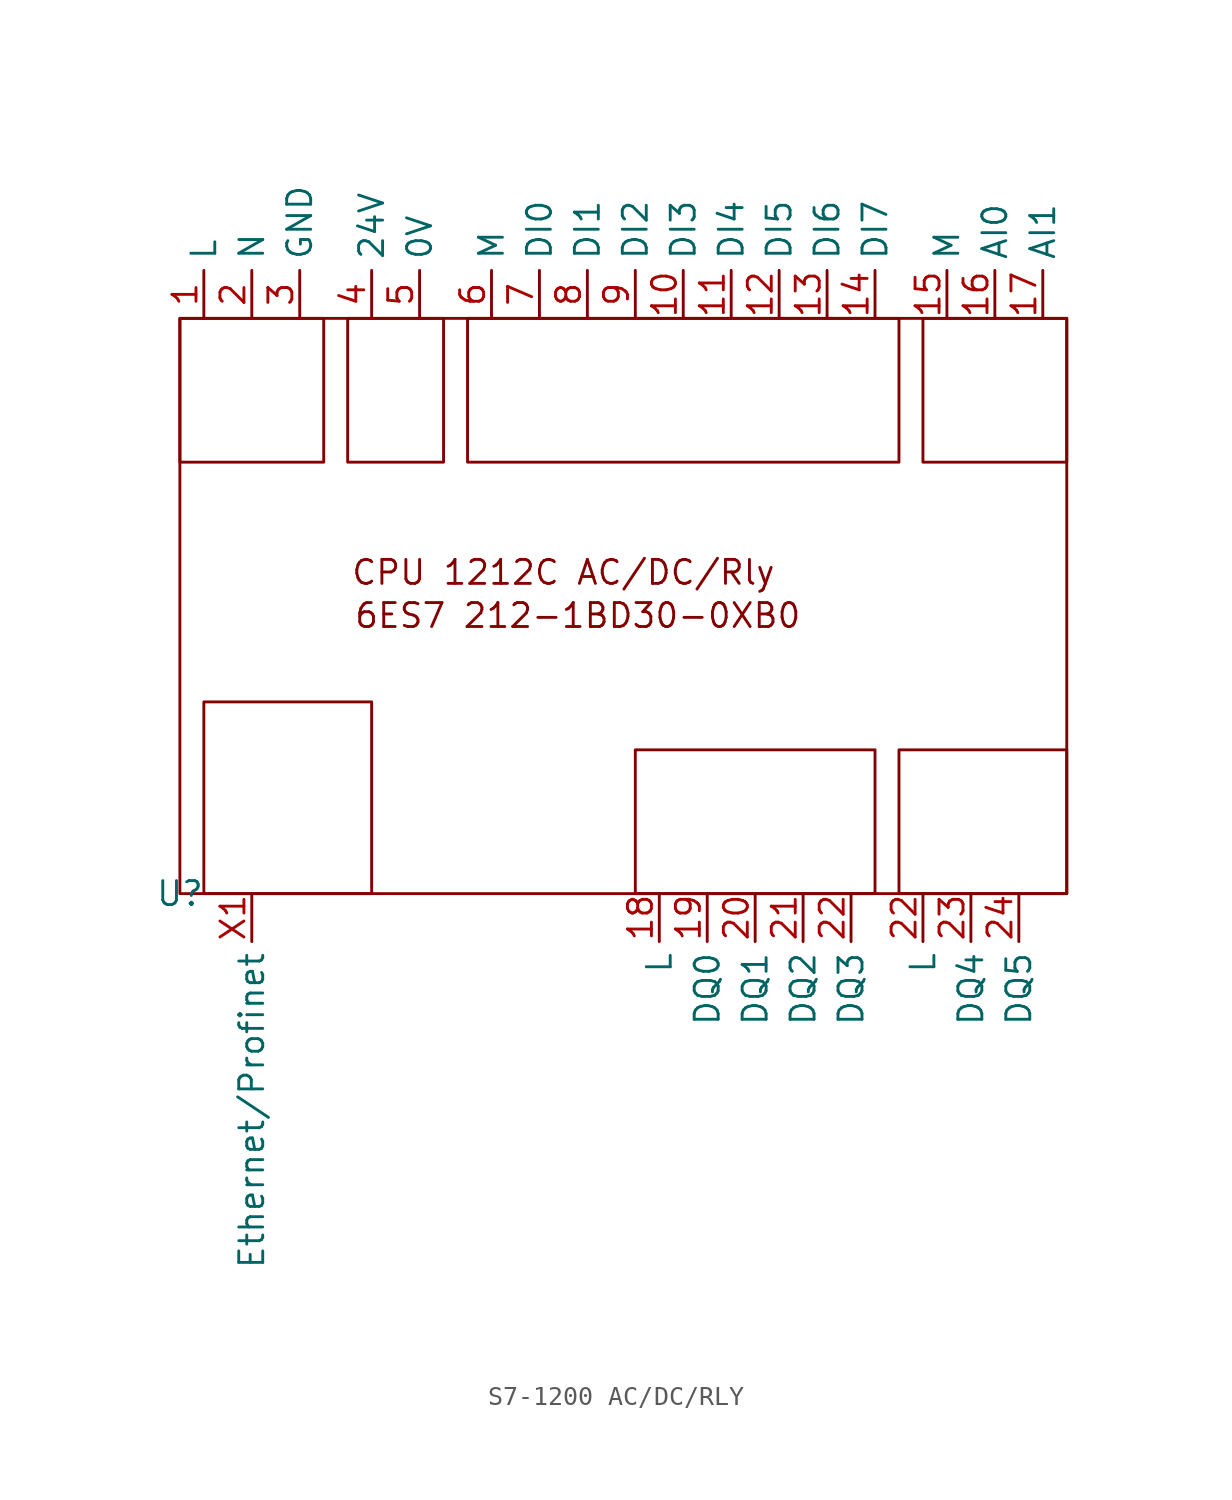
<source format=kicad_sym>
(kicad_symbol_lib
  (version 20231120)
  (generator "kicad_symbol_editor")
  (generator_version "8.0")
  (symbol "S7-1200 AC/DC/RLY"
    (property "Reference" "U"
      (at 0 0 0)
      (effects (font (size 1.27 1.27))))
    (property "Value" ""
      (at 0 0 0)
      (effects (font (size 1.27 1.27))))
    (symbol "S7-1200 AC/DC/RLY_0_1"
      (rectangle (start 0 30.48) (end 7.62 22.86) (stroke (width 0) (type default)) (fill (type none)))
      (rectangle (start 0 30.48) (end 46.99 0) (stroke (width 0) (type default)) (fill (type none)))
      (rectangle (start 1.27 10.16) (end 10.16 0) (stroke (width 0) (type default)) (fill (type none)))
      (rectangle (start 8.89 30.48) (end 13.97 22.86) (stroke (width 0) (type default)) (fill (type none)))
      (rectangle (start 15.24 30.48) (end 38.1 22.86) (stroke (width 0) (type default)) (fill (type none)))
      (rectangle (start 36.83 7.62) (end 24.13 0) (stroke (width 0) (type default)) (fill (type none)))
      (rectangle (start 39.37 30.48) (end 46.99 22.86) (stroke (width 0) (type default)) (fill (type none)))
      (rectangle (start 46.99 7.62) (end 38.1 0) (stroke (width 0) (type default)) (fill (type none))))
    (symbol "S7-1200 AC/DC/RLY_1_1"
      (text "6ES7 212-1BD30-0XB0" (at 21.082 14.732 0) (effects (font (size 1.27 1.27))))
      (text "CPU 1212C AC/DC/Rly" (at 20.32 17.018 0) (effects (font (size 1.27 1.27))))
      (pin input line (at 1.27 30.48 90) (length 2.54) (name "L" (effects (font (size 1.27 1.27)))) (number "1" (effects (font (size 1.27 1.27)))))
      (pin input line (at 26.67 30.48 90) (length 2.54) (name "DI3" (effects (font (size 1.27 1.27)))) (number "10" (effects (font (size 1.27 1.27)))))
      (pin input line (at 29.21 30.48 90) (length 2.54) (name "DI4" (effects (font (size 1.27 1.27)))) (number "11" (effects (font (size 1.27 1.27)))))
      (pin input line (at 31.75 30.48 90) (length 2.54) (name "DI5" (effects (font (size 1.27 1.27)))) (number "12" (effects (font (size 1.27 1.27)))))
      (pin input line (at 34.29 30.48 90) (length 2.54) (name "DI6" (effects (font (size 1.27 1.27)))) (number "13" (effects (font (size 1.27 1.27)))))
      (pin input line (at 36.83 30.48 90) (length 2.54) (name "DI7" (effects (font (size 1.27 1.27)))) (number "14" (effects (font (size 1.27 1.27)))))
      (pin input line (at 40.64 30.48 90) (length 2.54) (name "M" (effects (font (size 1.27 1.27)))) (number "15" (effects (font (size 1.27 1.27)))))
      (pin input line (at 43.18 30.48 90) (length 2.54) (name "AI0" (effects (font (size 1.27 1.27)))) (number "16" (effects (font (size 1.27 1.27)))))
      (pin input line (at 45.72 30.48 90) (length 2.54) (name "AI1" (effects (font (size 1.27 1.27)))) (number "17" (effects (font (size 1.27 1.27)))))
      (pin output line (at 25.4 0 270) (length 2.54) (name "L" (effects (font (size 1.27 1.27)))) (number "18" (effects (font (size 1.27 1.27)))))
      (pin output line (at 27.94 0 270) (length 2.54) (name "DQ0" (effects (font (size 1.27 1.27)))) (number "19" (effects (font (size 1.27 1.27)))))
      (pin input line (at 3.81 30.48 90) (length 2.54) (name "N" (effects (font (size 1.27 1.27)))) (number "2" (effects (font (size 1.27 1.27)))) (alternate "Minus" input line))
      (pin output line (at 30.48 0 270) (length 2.54) (name "DQ1" (effects (font (size 1.27 1.27)))) (number "20" (effects (font (size 1.27 1.27)))))
      (pin output line (at 33.02 0 270) (length 2.54) (name "DQ2" (effects (font (size 1.27 1.27)))) (number "21" (effects (font (size 1.27 1.27)))))
      (pin output line (at 35.56 0 270) (length 2.54) (name "DQ3" (effects (font (size 1.27 1.27)))) (number "22" (effects (font (size 1.27 1.27)))))
      (pin output line (at 39.37 0 270) (length 2.54) (name "L" (effects (font (size 1.27 1.27)))) (number "22" (effects (font (size 1.27 1.27)))))
      (pin output line (at 41.91 0 270) (length 2.54) (name "DQ4" (effects (font (size 1.27 1.27)))) (number "23" (effects (font (size 1.27 1.27)))))
      (pin output line (at 44.45 0 270) (length 2.54) (name "DQ5" (effects (font (size 1.27 1.27)))) (number "24" (effects (font (size 1.27 1.27)))))
      (pin input line (at 6.35 30.48 90) (length 2.54) (name "GND" (effects (font (size 1.27 1.27)))) (number "3" (effects (font (size 1.27 1.27)))) (alternate "Ground" input line))
      (pin output line (at 10.16 30.48 90) (length 2.54) (name "24V" (effects (font (size 1.27 1.27)))) (number "4" (effects (font (size 1.27 1.27)))))
      (pin output line (at 12.7 30.48 90) (length 2.54) (name "0V" (effects (font (size 1.27 1.27)))) (number "5" (effects (font (size 1.27 1.27)))))
      (pin input line (at 16.51 30.48 90) (length 2.54) (name "M" (effects (font (size 1.27 1.27)))) (number "6" (effects (font (size 1.27 1.27)))))
      (pin input line (at 19.05 30.48 90) (length 2.54) (name "DI0" (effects (font (size 1.27 1.27)))) (number "7" (effects (font (size 1.27 1.27)))))
      (pin input line (at 21.59 30.48 90) (length 2.54) (name "DI1" (effects (font (size 1.27 1.27)))) (number "8" (effects (font (size 1.27 1.27)))))
      (pin input line (at 24.13 30.48 90) (length 2.54) (name "DI2" (effects (font (size 1.27 1.27)))) (number "9" (effects (font (size 1.27 1.27)))))
      (pin bidirectional line (at 3.81 0 270) (length 2.54) (name "Ethernet/Profinet" (effects (font (size 1.27 1.27)))) (number "X1" (effects (font (size 1.27 1.27))))))))
</source>
